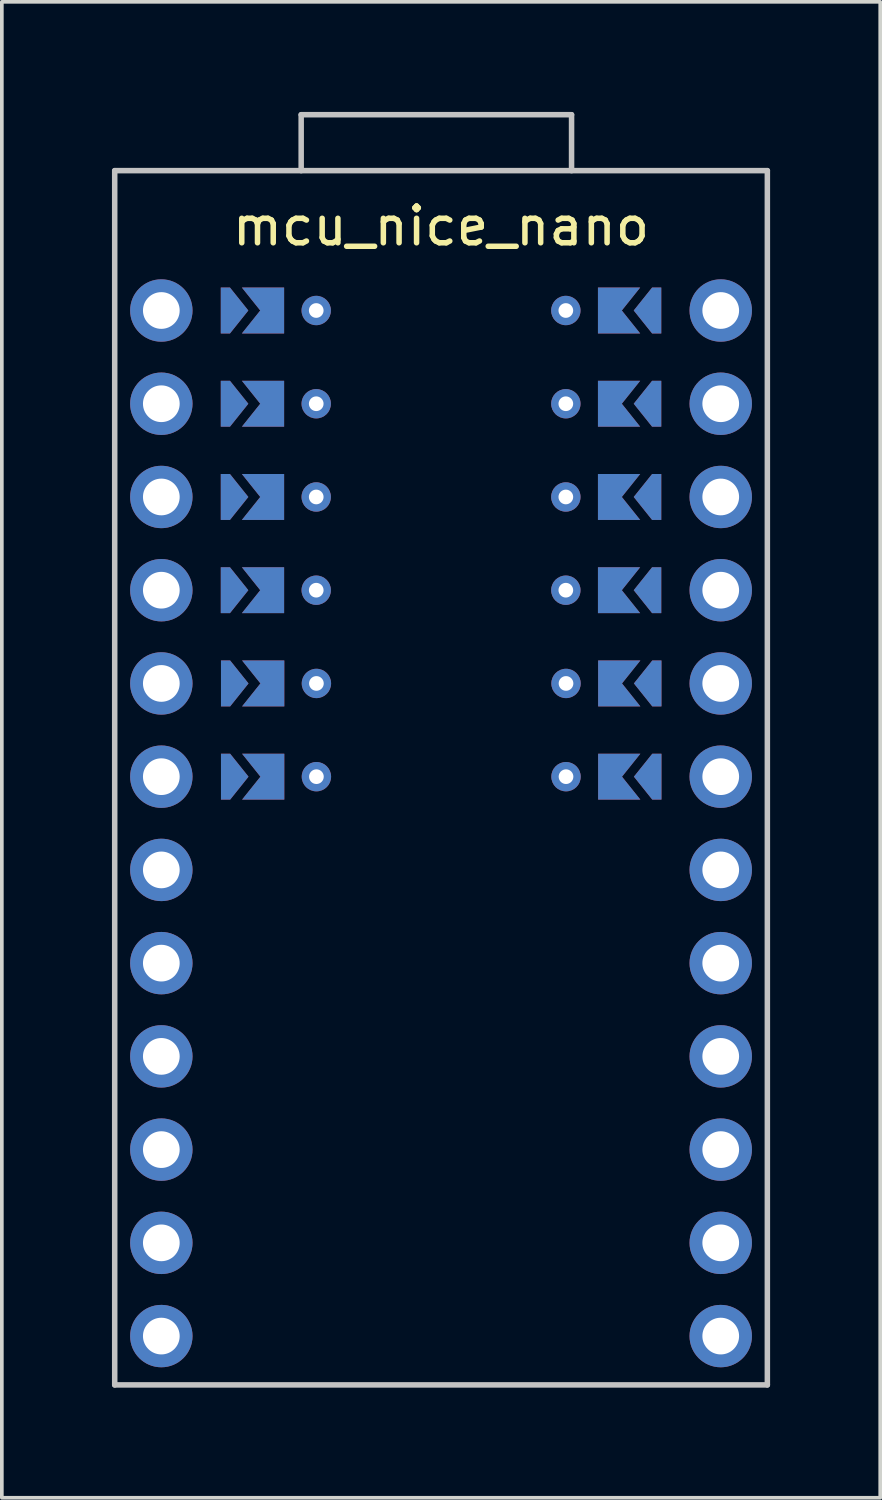
<source format=kicad_pcb>
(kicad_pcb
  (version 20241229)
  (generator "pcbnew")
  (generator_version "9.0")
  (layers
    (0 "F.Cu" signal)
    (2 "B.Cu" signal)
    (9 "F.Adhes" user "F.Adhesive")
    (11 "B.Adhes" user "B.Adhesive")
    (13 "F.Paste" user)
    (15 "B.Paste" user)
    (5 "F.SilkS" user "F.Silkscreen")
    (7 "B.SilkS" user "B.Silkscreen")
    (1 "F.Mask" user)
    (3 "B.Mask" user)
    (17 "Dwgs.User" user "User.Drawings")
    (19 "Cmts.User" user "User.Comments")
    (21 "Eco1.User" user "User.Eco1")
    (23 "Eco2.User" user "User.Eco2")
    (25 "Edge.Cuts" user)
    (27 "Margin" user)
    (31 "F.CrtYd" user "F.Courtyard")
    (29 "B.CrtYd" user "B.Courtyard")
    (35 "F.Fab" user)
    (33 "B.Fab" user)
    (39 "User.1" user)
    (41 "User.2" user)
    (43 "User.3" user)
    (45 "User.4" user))
  (footprint "mcu_nice_nano"
    (layer "F.Cu")
    (at 8.965 18.109)
    (property "Reference" "mcu_nice_nano" (at 0 -15 0) (layer "F.SilkS") (effects (font (size 1 1) (thickness 0.15))))
    (attr exclude_from_pos_files exclude_from_bom)
    (fp_line (start -8.89 -16.51) (end -8.89 16.57) (stroke (width 0.15) (type solid)) (layer "Dwgs.User"))
    (fp_line (start -8.89 -16.51) (end 8.89 -16.51) (stroke (width 0.15) (type solid)) (layer "Dwgs.User"))
    (fp_line (start -8.89 16.57) (end 8.89 16.57) (stroke (width 0.15) (type solid)) (layer "Dwgs.User"))
    (fp_line (start -3.81 -18.034) (end 3.556 -18.034) (stroke (width 0.15) (type solid)) (layer "Dwgs.User"))
    (fp_line (start -3.81 -16.51) (end -3.81 -18.034) (stroke (width 0.15) (type solid)) (layer "Dwgs.User"))
    (fp_line (start 3.556 -18.034) (end 3.556 -16.51) (stroke (width 0.15) (type solid)) (layer "Dwgs.User"))
    (fp_line (start 8.89 -16.51) (end 8.89 16.57) (stroke (width 0.15) (type solid)) (layer "Dwgs.User"))
    (pad "1" smd custom (at -4.775 -12.7) (size 0.2 0.2) (layers "B.Cu" "B.Mask" "B.Paste") (options (anchor rect)) (primitives (gr_poly (pts (xy -0.65 0.625) (xy 0.5 0.625) (xy 0.5 -0.625) (xy -0.65 -0.625) (xy -0.15 0)) (width 0) (fill yes))))
    (pad "1" thru_hole circle (at 3.4 -12.7) (size 0.8 0.8) (drill 0.4) (layers "*.Cu" "*.Mask"))
    (pad "1" smd custom (at 4.775 -12.7 180) (size 0.2 0.2) (layers "F.Cu" "F.Mask" "F.Paste") (options (anchor rect)) (primitives (gr_poly (pts (xy -0.65 -0.625) (xy 0.5 -0.625) (xy 0.5 0.625) (xy -0.65 0.625) (xy -0.15 0)) (width 0) (fill yes))))
    (pad "2" smd custom (at -4.775 -10.16) (size 0.2 0.2) (layers "B.Cu" "B.Mask" "B.Paste") (options (anchor rect)) (primitives (gr_poly (pts (xy -0.65 0.625) (xy 0.5 0.625) (xy 0.5 -0.625) (xy -0.65 -0.625) (xy -0.15 0)) (width 0) (fill yes))))
    (pad "2" thru_hole circle (at 3.4 -10.16) (size 0.8 0.8) (drill 0.4) (layers "*.Cu" "*.Mask"))
    (pad "2" smd custom (at 4.775 -10.16 180) (size 0.2 0.2) (layers "F.Cu" "F.Mask" "F.Paste") (options (anchor rect)) (primitives (gr_poly (pts (xy -0.65 -0.625) (xy 0.5 -0.625) (xy 0.5 0.625) (xy -0.65 0.625) (xy -0.15 0)) (width 0) (fill yes))))
    (pad "3" smd custom (at -4.775 -7.62) (size 0.2 0.2) (layers "B.Cu" "B.Mask" "B.Paste") (options (anchor rect)) (primitives (gr_poly (pts (xy -0.65 0.625) (xy 0.5 0.625) (xy 0.5 -0.625) (xy -0.65 -0.625) (xy -0.15 0)) (width 0) (fill yes))))
    (pad "3" thru_hole circle (at 3.4 -7.62) (size 0.8 0.8) (drill 0.4) (layers "*.Cu" "*.Mask"))
    (pad "3" smd custom (at 4.775 -7.62 180) (size 0.2 0.2) (layers "F.Cu" "F.Mask" "F.Paste") (options (anchor rect)) (primitives (gr_poly (pts (xy -0.65 -0.625) (xy 0.5 -0.625) (xy 0.5 0.625) (xy -0.65 0.625) (xy -0.15 0)) (width 0) (fill yes))))
    (pad "4" smd custom (at -4.775 -5.08) (size 0.2 0.2) (layers "B.Cu" "B.Mask" "B.Paste") (options (anchor rect)) (primitives (gr_poly (pts (xy -0.65 0.625) (xy 0.5 0.625) (xy 0.5 -0.625) (xy -0.65 -0.625) (xy -0.15 0)) (width 0) (fill yes))))
    (pad "4" thru_hole circle (at 3.4 -5.08) (size 0.8 0.8) (drill 0.4) (layers "*.Cu" "*.Mask"))
    (pad "4" smd custom (at 4.775 -5.08 180) (size 0.2 0.2) (layers "F.Cu" "F.Mask" "F.Paste") (options (anchor rect)) (primitives (gr_poly (pts (xy -0.65 -0.625) (xy 0.5 -0.625) (xy 0.5 0.625) (xy -0.65 0.625) (xy -0.15 0)) (width 0) (fill yes))))
    (pad "5" smd custom (at -4.77 -2.54) (size 0.2 0.2) (layers "B.Cu" "B.Mask" "B.Paste") (options (anchor rect)) (primitives (gr_poly (pts (xy -0.65 0.625) (xy 0.5 0.625) (xy 0.5 -0.625) (xy -0.65 -0.625) (xy -0.15 0)) (width 0) (fill yes))))
    (pad "5" thru_hole circle (at 3.405 -2.54) (size 0.8 0.8) (drill 0.4) (layers "*.Cu" "*.Mask"))
    (pad "5" smd custom (at 4.78 -2.54 180) (size 0.2 0.2) (layers "F.Cu" "F.Mask" "F.Paste") (options (anchor rect)) (primitives (gr_poly (pts (xy -0.65 -0.625) (xy 0.5 -0.625) (xy 0.5 0.625) (xy -0.65 0.625) (xy -0.15 0)) (width 0) (fill yes))))
    (pad "6" smd custom (at -4.77 0) (size 0.2 0.2) (layers "B.Cu" "B.Mask" "B.Paste") (options (anchor rect)) (primitives (gr_poly (pts (xy -0.65 0.625) (xy 0.5 0.625) (xy 0.5 -0.625) (xy -0.65 -0.625) (xy -0.15 0)) (width 0) (fill yes))))
    (pad "6" thru_hole circle (at 3.405 0) (size 0.8 0.8) (drill 0.4) (layers "*.Cu" "*.Mask"))
    (pad "6" smd custom (at 4.78 0 180) (size 0.2 0.2) (layers "F.Cu" "F.Mask" "F.Paste") (options (anchor rect)) (primitives (gr_poly (pts (xy -0.65 -0.625) (xy 0.5 -0.625) (xy 0.5 0.625) (xy -0.65 0.625) (xy -0.15 0)) (width 0) (fill yes))))
    (pad "7" thru_hole circle (at 7.62 2.54) (size 1.7 1.7) (drill 1) (layers "*.Cu" "*.Mask"))
    (pad "8" thru_hole circle (at 7.62 5.08) (size 1.7 1.7) (drill 1) (layers "*.Cu" "*.Mask"))
    (pad "9" thru_hole circle (at 7.62 7.62) (size 1.7 1.7) (drill 1) (layers "*.Cu" "*.Mask"))
    (pad "10" thru_hole circle (at 7.62 10.16) (size 1.7 1.7) (drill 1) (layers "*.Cu" "*.Mask"))
    (pad "11" thru_hole circle (at 7.62 12.7) (size 1.7 1.7) (drill 1) (layers "*.Cu" "*.Mask"))
    (pad "12" thru_hole circle (at 7.62 15.24) (size 1.7 1.7) (drill 1) (layers "*.Cu" "*.Mask"))
    (pad "13" thru_hole circle (at -7.62 15.24) (size 1.7 1.7) (drill 1) (layers "*.Cu" "*.Mask"))
    (pad "14" thru_hole circle (at -7.62 12.7) (size 1.7 1.7) (drill 1) (layers "*.Cu" "*.Mask"))
    (pad "15" thru_hole circle (at -7.62 10.16) (size 1.7 1.7) (drill 1) (layers "*.Cu" "*.Mask"))
    (pad "16" thru_hole circle (at -7.62 7.62) (size 1.7 1.7) (drill 1) (layers "*.Cu" "*.Mask"))
    (pad "17" thru_hole circle (at -7.62 5.08) (size 1.7 1.7) (drill 1) (layers "*.Cu" "*.Mask"))
    (pad "18" thru_hole circle (at -7.62 2.54) (size 1.7 1.7) (drill 1) (layers "*.Cu" "*.Mask"))
    (pad "19" smd custom (at -4.77 0) (size 0.2 0.2) (layers "F.Cu" "F.Mask" "F.Paste") (options (anchor rect)) (primitives (gr_poly (pts (xy -0.65 -0.625) (xy 0.5 -0.625) (xy 0.5 0.625) (xy -0.65 0.625) (xy -0.15 0)) (width 0) (fill yes))))
    (pad "19" thru_hole circle (at -3.395 0) (size 0.8 0.8) (drill 0.4) (layers "*.Cu" "*.Mask"))
    (pad "19" smd custom (at 4.78 0 180) (size 0.2 0.2) (layers "B.Cu" "B.Mask" "B.Paste") (options (anchor rect)) (primitives (gr_poly (pts (xy -0.65 0.625) (xy 0.5 0.625) (xy 0.5 -0.625) (xy -0.65 -0.625) (xy -0.15 0)) (width 0) (fill yes))))
    (pad "20" smd custom (at -4.77 -2.54) (size 0.2 0.2) (layers "F.Cu" "F.Mask" "F.Paste") (options (anchor rect)) (primitives (gr_poly (pts (xy -0.65 -0.625) (xy 0.5 -0.625) (xy 0.5 0.625) (xy -0.65 0.625) (xy -0.15 0)) (width 0) (fill yes))))
    (pad "20" thru_hole circle (at -3.395 -2.54) (size 0.8 0.8) (drill 0.4) (layers "*.Cu" "*.Mask"))
    (pad "20" smd custom (at 4.78 -2.54 180) (size 0.2 0.2) (layers "B.Cu" "B.Mask" "B.Paste") (options (anchor rect)) (primitives (gr_poly (pts (xy -0.65 0.625) (xy 0.5 0.625) (xy 0.5 -0.625) (xy -0.65 -0.625) (xy -0.15 0)) (width 0) (fill yes))))
    (pad "21" smd custom (at -4.775 -5.08) (size 0.2 0.2) (layers "F.Cu" "F.Mask" "F.Paste") (options (anchor rect)) (primitives (gr_poly (pts (xy -0.65 -0.625) (xy 0.5 -0.625) (xy 0.5 0.625) (xy -0.65 0.625) (xy -0.15 0)) (width 0) (fill yes))))
    (pad "21" thru_hole circle (at -3.4 -5.08) (size 0.8 0.8) (drill 0.4) (layers "*.Cu" "*.Mask"))
    (pad "21" smd custom (at 4.775 -5.08 180) (size 0.2 0.2) (layers "B.Cu" "B.Mask" "B.Paste") (options (anchor rect)) (primitives (gr_poly (pts (xy -0.65 0.625) (xy 0.5 0.625) (xy 0.5 -0.625) (xy -0.65 -0.625) (xy -0.15 0)) (width 0) (fill yes))))
    (pad "22" smd custom (at -4.775 -7.62) (size 0.2 0.2) (layers "F.Cu" "F.Mask" "F.Paste") (options (anchor rect)) (primitives (gr_poly (pts (xy -0.65 -0.625) (xy 0.5 -0.625) (xy 0.5 0.625) (xy -0.65 0.625) (xy -0.15 0)) (width 0) (fill yes))))
    (pad "22" thru_hole circle (at -3.4 -7.62) (size 0.8 0.8) (drill 0.4) (layers "*.Cu" "*.Mask"))
    (pad "22" smd custom (at 4.775 -7.62 180) (size 0.2 0.2) (layers "B.Cu" "B.Mask" "B.Paste") (options (anchor rect)) (primitives (gr_poly (pts (xy -0.65 0.625) (xy 0.5 0.625) (xy 0.5 -0.625) (xy -0.65 -0.625) (xy -0.15 0)) (width 0) (fill yes))))
    (pad "23" smd custom (at -4.775 -10.16) (size 0.2 0.2) (layers "F.Cu" "F.Mask" "F.Paste") (options (anchor rect)) (primitives (gr_poly (pts (xy -0.65 -0.625) (xy 0.5 -0.625) (xy 0.5 0.625) (xy -0.65 0.625) (xy -0.15 0)) (width 0) (fill yes))))
    (pad "23" thru_hole circle (at -3.4 -10.16) (size 0.8 0.8) (drill 0.4) (layers "*.Cu" "*.Mask"))
    (pad "23" smd custom (at 4.775 -10.16 180) (size 0.2 0.2) (layers "B.Cu" "B.Mask" "B.Paste") (options (anchor rect)) (primitives (gr_poly (pts (xy -0.65 0.625) (xy 0.5 0.625) (xy 0.5 -0.625) (xy -0.65 -0.625) (xy -0.15 0)) (width 0) (fill yes))))
    (pad "24" smd custom (at -4.775 -12.7) (size 0.2 0.2) (layers "F.Cu" "F.Mask" "F.Paste") (options (anchor rect)) (primitives (gr_poly (pts (xy -0.65 -0.625) (xy 0.5 -0.625) (xy 0.5 0.625) (xy -0.65 0.625) (xy -0.15 0)) (width 0) (fill yes))))
    (pad "24" thru_hole circle (at -3.4 -12.7) (size 0.8 0.8) (drill 0.4) (layers "*.Cu" "*.Mask"))
    (pad "24" smd custom (at 4.775 -12.7 180) (size 0.2 0.2) (layers "B.Cu" "B.Mask" "B.Paste") (options (anchor rect)) (primitives (gr_poly (pts (xy -0.65 0.625) (xy 0.5 0.625) (xy 0.5 -0.625) (xy -0.65 -0.625) (xy -0.15 0)) (width 0) (fill yes))))
    (pad "101" smd custom (at 5.5 -12.7 180) (size 0.2 0.2) (layers "F.Cu" "F.Mask" "F.Paste") (options (anchor rect)) (primitives (gr_poly (pts (xy -0.5 -0.625) (xy -0.25 -0.625) (xy 0.25 0) (xy -0.25 0.625) (xy -0.5 0.625)) (width 0) (fill yes))))
    (pad "101" smd custom (at 5.5 -12.7 180) (size 0.2 0.2) (layers "B.Cu" "B.Mask" "B.Paste") (options (anchor rect)) (primitives (gr_poly (pts (xy -0.5 0.625) (xy -0.25 0.625) (xy 0.25 0) (xy -0.25 -0.625) (xy -0.5 -0.625)) (width 0) (fill yes))))
    (pad "101" thru_hole circle (at 7.62 -12.7) (size 1.7 1.7) (drill 1) (layers "*.Cu" "*.Mask"))
    (pad "102" smd custom (at 5.5 -10.16 180) (size 0.2 0.2) (layers "F.Cu" "F.Mask" "F.Paste") (options (anchor rect)) (primitives (gr_poly (pts (xy -0.5 -0.625) (xy -0.25 -0.625) (xy 0.25 0) (xy -0.25 0.625) (xy -0.5 0.625)) (width 0) (fill yes))))
    (pad "102" smd custom (at 5.5 -10.16 180) (size 0.2 0.2) (layers "B.Cu" "B.Mask" "B.Paste") (options (anchor rect)) (primitives (gr_poly (pts (xy -0.5 0.625) (xy -0.25 0.625) (xy 0.25 0) (xy -0.25 -0.625) (xy -0.5 -0.625)) (width 0) (fill yes))))
    (pad "102" thru_hole circle (at 7.62 -10.16) (size 1.7 1.7) (drill 1) (layers "*.Cu" "*.Mask"))
    (pad "103" smd custom (at 5.5 -7.62 180) (size 0.2 0.2) (layers "F.Cu" "F.Mask" "F.Paste") (options (anchor rect)) (primitives (gr_poly (pts (xy -0.5 -0.625) (xy -0.25 -0.625) (xy 0.25 0) (xy -0.25 0.625) (xy -0.5 0.625)) (width 0) (fill yes))))
    (pad "103" smd custom (at 5.5 -7.62 180) (size 0.2 0.2) (layers "B.Cu" "B.Mask" "B.Paste") (options (anchor rect)) (primitives (gr_poly (pts (xy -0.5 0.625) (xy -0.25 0.625) (xy 0.25 0) (xy -0.25 -0.625) (xy -0.5 -0.625)) (width 0) (fill yes))))
    (pad "103" thru_hole circle (at 7.62 -7.62) (size 1.7 1.7) (drill 1) (layers "*.Cu" "*.Mask"))
    (pad "104" smd custom (at 5.5 -5.08 180) (size 0.2 0.2) (layers "F.Cu" "F.Mask" "F.Paste") (options (anchor rect)) (primitives (gr_poly (pts (xy -0.5 -0.625) (xy -0.25 -0.625) (xy 0.25 0) (xy -0.25 0.625) (xy -0.5 0.625)) (width 0) (fill yes))))
    (pad "104" smd custom (at 5.5 -5.08 180) (size 0.2 0.2) (layers "B.Cu" "B.Mask" "B.Paste") (options (anchor rect)) (primitives (gr_poly (pts (xy -0.5 0.625) (xy -0.25 0.625) (xy 0.25 0) (xy -0.25 -0.625) (xy -0.5 -0.625)) (width 0) (fill yes))))
    (pad "104" thru_hole circle (at 7.62 -5.08) (size 1.7 1.7) (drill 1) (layers "*.Cu" "*.Mask"))
    (pad "105" smd custom (at 5.505 -2.54 180) (size 0.2 0.2) (layers "F.Cu" "F.Mask" "F.Paste") (options (anchor rect)) (primitives (gr_poly (pts (xy -0.5 -0.625) (xy -0.25 -0.625) (xy 0.25 0) (xy -0.25 0.625) (xy -0.5 0.625)) (width 0) (fill yes))))
    (pad "105" smd custom (at 5.505 -2.54 180) (size 0.2 0.2) (layers "B.Cu" "B.Mask" "B.Paste") (options (anchor rect)) (primitives (gr_poly (pts (xy -0.5 0.625) (xy -0.25 0.625) (xy 0.25 0) (xy -0.25 -0.625) (xy -0.5 -0.625)) (width 0) (fill yes))))
    (pad "105" thru_hole circle (at 7.62 -2.54) (size 1.7 1.7) (drill 1) (layers "*.Cu" "*.Mask"))
    (pad "106" smd custom (at 5.505 0 180) (size 0.2 0.2) (layers "F.Cu" "F.Mask" "F.Paste") (options (anchor rect)) (primitives (gr_poly (pts (xy -0.5 -0.625) (xy -0.25 -0.625) (xy 0.25 0) (xy -0.25 0.625) (xy -0.5 0.625)) (width 0) (fill yes))))
    (pad "106" smd custom (at 5.505 0 180) (size 0.2 0.2) (layers "B.Cu" "B.Mask" "B.Paste") (options (anchor rect)) (primitives (gr_poly (pts (xy -0.5 0.625) (xy -0.25 0.625) (xy 0.25 0) (xy -0.25 -0.625) (xy -0.5 -0.625)) (width 0) (fill yes))))
    (pad "106" thru_hole circle (at 7.62 0) (size 1.7 1.7) (drill 1) (layers "*.Cu" "*.Mask"))
    (pad "119" thru_hole circle (at -7.62 0) (size 1.7 1.7) (drill 1) (layers "*.Cu" "*.Mask"))
    (pad "119" smd custom (at -5.495 0) (size 0.2 0.2) (layers "F.Cu" "F.Mask" "F.Paste") (options (anchor rect)) (primitives (gr_poly (pts (xy -0.5 -0.625) (xy -0.25 -0.625) (xy 0.25 0) (xy -0.25 0.625) (xy -0.5 0.625)) (width 0) (fill yes))))
    (pad "119" smd custom (at -5.495 0) (size 0.2 0.2) (layers "B.Cu" "B.Mask" "B.Paste") (options (anchor rect)) (primitives (gr_poly (pts (xy -0.5 0.625) (xy -0.25 0.625) (xy 0.25 0) (xy -0.25 -0.625) (xy -0.5 -0.625)) (width 0) (fill yes))))
    (pad "120" thru_hole circle (at -7.62 -2.54) (size 1.7 1.7) (drill 1) (layers "*.Cu" "*.Mask"))
    (pad "120" smd custom (at -5.495 -2.54) (size 0.2 0.2) (layers "F.Cu" "F.Mask" "F.Paste") (options (anchor rect)) (primitives (gr_poly (pts (xy -0.5 -0.625) (xy -0.25 -0.625) (xy 0.25 0) (xy -0.25 0.625) (xy -0.5 0.625)) (width 0) (fill yes))))
    (pad "120" smd custom (at -5.495 -2.54) (size 0.2 0.2) (layers "B.Cu" "B.Mask" "B.Paste") (options (anchor rect)) (primitives (gr_poly (pts (xy -0.5 0.625) (xy -0.25 0.625) (xy 0.25 0) (xy -0.25 -0.625) (xy -0.5 -0.625)) (width 0) (fill yes))))
    (pad "121" thru_hole circle (at -7.62 -5.08) (size 1.7 1.7) (drill 1) (layers "*.Cu" "*.Mask"))
    (pad "121" smd custom (at -5.5 -5.08) (size 0.2 0.2) (layers "F.Cu" "F.Mask" "F.Paste") (options (anchor rect)) (primitives (gr_poly (pts (xy -0.5 -0.625) (xy -0.25 -0.625) (xy 0.25 0) (xy -0.25 0.625) (xy -0.5 0.625)) (width 0) (fill yes))))
    (pad "121" smd custom (at -5.5 -5.08) (size 0.2 0.2) (layers "B.Cu" "B.Mask" "B.Paste") (options (anchor rect)) (primitives (gr_poly (pts (xy -0.5 0.625) (xy -0.25 0.625) (xy 0.25 0) (xy -0.25 -0.625) (xy -0.5 -0.625)) (width 0) (fill yes))))
    (pad "122" thru_hole circle (at -7.62 -7.62) (size 1.7 1.7) (drill 1) (layers "*.Cu" "*.Mask"))
    (pad "122" smd custom (at -5.5 -7.62) (size 0.2 0.2) (layers "F.Cu" "F.Mask" "F.Paste") (options (anchor rect)) (primitives (gr_poly (pts (xy -0.5 -0.625) (xy -0.25 -0.625) (xy 0.25 0) (xy -0.25 0.625) (xy -0.5 0.625)) (width 0) (fill yes))))
    (pad "122" smd custom (at -5.5 -7.62) (size 0.2 0.2) (layers "B.Cu" "B.Mask" "B.Paste") (options (anchor rect)) (primitives (gr_poly (pts (xy -0.5 0.625) (xy -0.25 0.625) (xy 0.25 0) (xy -0.25 -0.625) (xy -0.5 -0.625)) (width 0) (fill yes))))
    (pad "123" thru_hole circle (at -7.62 -10.16) (size 1.7 1.7) (drill 1) (layers "*.Cu" "*.Mask"))
    (pad "123" smd custom (at -5.5 -10.16) (size 0.2 0.2) (layers "F.Cu" "F.Mask" "F.Paste") (options (anchor rect)) (primitives (gr_poly (pts (xy -0.5 -0.625) (xy -0.25 -0.625) (xy 0.25 0) (xy -0.25 0.625) (xy -0.5 0.625)) (width 0) (fill yes))))
    (pad "123" smd custom (at -5.5 -10.16) (size 0.2 0.2) (layers "B.Cu" "B.Mask" "B.Paste") (options (anchor rect)) (primitives (gr_poly (pts (xy -0.5 0.625) (xy -0.25 0.625) (xy 0.25 0) (xy -0.25 -0.625) (xy -0.5 -0.625)) (width 0) (fill yes))))
    (pad "124" thru_hole circle (at -7.62 -12.7) (size 1.7 1.7) (drill 1) (layers "*.Cu" "*.Mask"))
    (pad "124" smd custom (at -5.5 -12.7) (size 0.2 0.2) (layers "F.Cu" "F.Mask" "F.Paste") (options (anchor rect)) (primitives (gr_poly (pts (xy -0.5 -0.625) (xy -0.25 -0.625) (xy 0.25 0) (xy -0.25 0.625) (xy -0.5 0.625)) (width 0) (fill yes))))
    (pad "124" smd custom (at -5.5 -12.7) (size 0.2 0.2) (layers "B.Cu" "B.Mask" "B.Paste") (options (anchor rect)) (primitives (gr_poly (pts (xy -0.5 0.625) (xy -0.25 0.625) (xy 0.25 0) (xy -0.25 -0.625) (xy -0.5 -0.625)) (width 0) (fill yes)))))
  (gr_rect
    (start -3 -3)
    (end 20.93 37.754)
    (stroke (width 0.1) (type default))
    (fill no)
    (layer "Edge.Cuts")))
</source>
